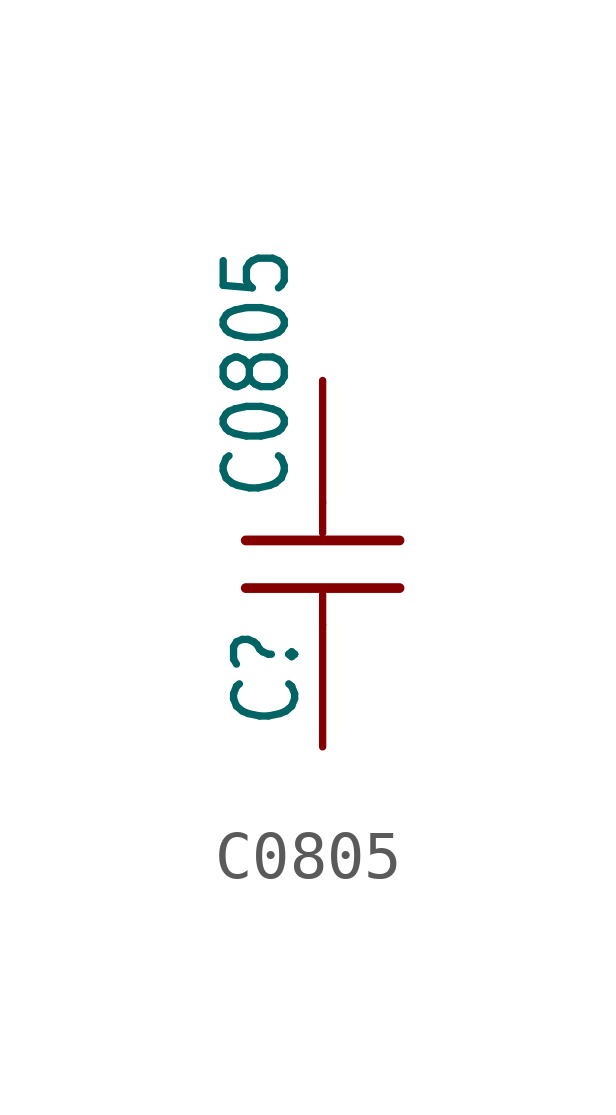
<source format=kicad_sym>
(kicad_symbol_lib
  (version 20211014)
  (generator kicad_symbol_editor)
  (symbol "C0805"
    (property "Reference" "C"
      (at -1.905 -2.54 90)
      (effects (font (size 1.27 1.079)) (justify right top)))
    (property "Value" "C0805"
      (at -0.635 0 90)
      (effects (font (size 1.27 1.079)) (justify left bottom)))
    (property "ki_locked" ""
      (at 0 0 0)
      (effects (font (size 1.27 1.27))))
    (symbol "C0805_1_0"
      (polyline (pts (xy 0 -2.54) (xy 0 -1.905)) (stroke (width 0.152) (type default) (color 0 0 0 0)) (fill (type none)))
      (polyline (pts (xy 0 -0.635) (xy 0 0)) (stroke (width 0.152) (type default) (color 0 0 0 0)) (fill (type none)))
      (polyline (pts (xy 1.6 -1.778) (xy -1.6 -1.778)) (stroke (width 0.203) (type default) (color 0 0 0 0)) (fill (type none)))
      (polyline (pts (xy 1.6 -0.787) (xy -1.6 -0.787)) (stroke (width 0.203) (type default) (color 0 0 0 0)) (fill (type none)))
      (pin passive line (at 0 2.54 270) (length 2.54) (name "1" (effects (font (size 0 0)))) (number "1" (effects (font (size 0 0)))))
      (pin passive line (at 0 -5.08 90) (length 2.54) (name "2" (effects (font (size 0 0)))) (number "2" (effects (font (size 0 0))))))))
</source>
